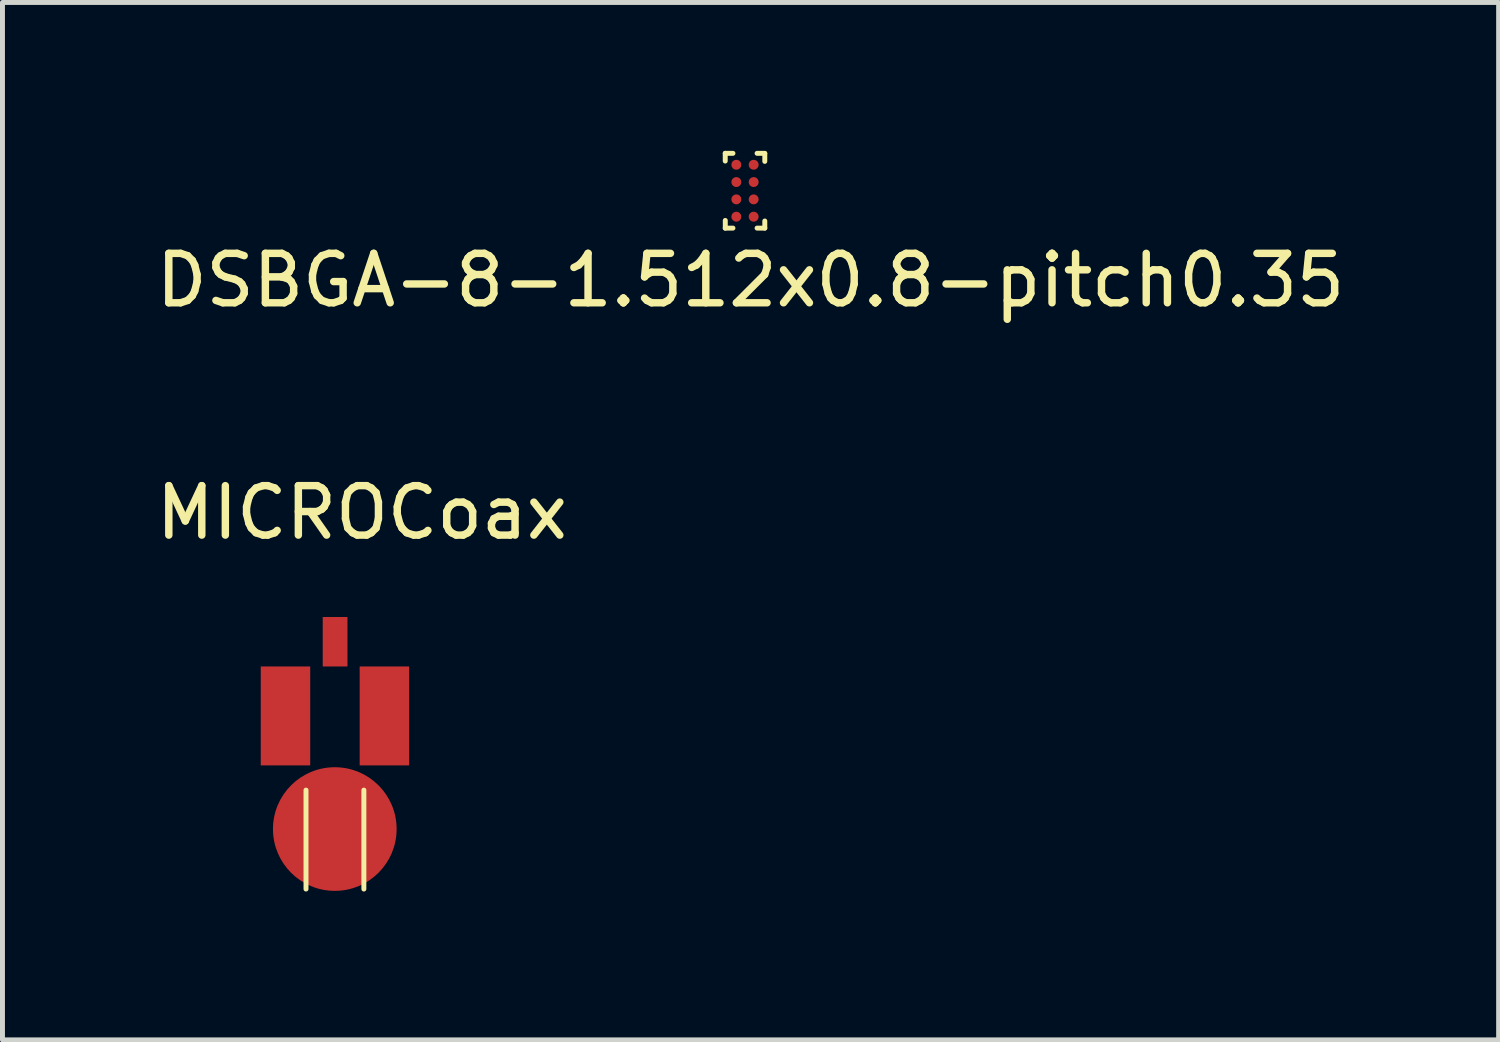
<source format=kicad_pcb>
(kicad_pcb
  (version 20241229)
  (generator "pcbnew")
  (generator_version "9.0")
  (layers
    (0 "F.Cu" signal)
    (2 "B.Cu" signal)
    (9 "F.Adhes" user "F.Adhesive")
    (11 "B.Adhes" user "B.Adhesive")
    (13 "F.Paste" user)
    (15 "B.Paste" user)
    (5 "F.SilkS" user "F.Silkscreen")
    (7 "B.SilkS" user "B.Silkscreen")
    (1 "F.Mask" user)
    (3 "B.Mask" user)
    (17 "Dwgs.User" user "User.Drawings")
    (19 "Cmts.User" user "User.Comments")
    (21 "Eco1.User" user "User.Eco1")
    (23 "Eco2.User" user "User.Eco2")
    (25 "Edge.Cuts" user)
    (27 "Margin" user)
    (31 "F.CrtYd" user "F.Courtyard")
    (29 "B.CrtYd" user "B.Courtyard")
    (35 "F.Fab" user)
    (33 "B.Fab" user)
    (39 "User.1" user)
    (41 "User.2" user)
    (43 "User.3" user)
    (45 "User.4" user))
  (footprint "DSBGA-8-1.512x0.8-pitch0.35"
    (layer "F.Cu")
    (at 12.013 0.806)
    (property "Reference" "DSBGA-8-1.512x0.8-pitch0.35" (at 0.112 1.811 0) (layer "F.SilkS") (effects (font (size 1 1) (thickness 0.15))))
    (attr through_hole)
    (fp_line (start -0.4 -0.756) (end -0.4 -0.6) (stroke (width 0.1) (type solid)) (layer "F.SilkS"))
    (fp_line (start -0.4 -0.756) (end -0.244 -0.756) (stroke (width 0.1) (type solid)) (layer "F.SilkS"))
    (fp_line (start -0.4 0.756) (end -0.244 0.756) (stroke (width 0.1) (type solid)) (layer "F.SilkS"))
    (fp_line (start -0.399 0.757) (end -0.399 0.601) (stroke (width 0.1) (type solid)) (layer "F.SilkS"))
    (fp_line (start 0.4 -0.756) (end 0.244 -0.756) (stroke (width 0.1) (type solid)) (layer "F.SilkS"))
    (fp_line (start 0.4 -0.749) (end 0.4 -0.593) (stroke (width 0.1) (type solid)) (layer "F.SilkS"))
    (fp_line (start 0.4 0.756) (end 0.244 0.756) (stroke (width 0.1) (type solid)) (layer "F.SilkS"))
    (fp_line (start 0.4 0.756) (end 0.4 0.612) (stroke (width 0.1) (type solid)) (layer "F.SilkS"))
    (pad "A1" smd circle (at -0.175 -0.525 90) (size 0.2 0.2) (layers "F.Cu" "F.Mask" "F.Paste"))
    (pad "A2" smd circle (at 0.175 -0.525 90) (size 0.2 0.2) (layers "F.Cu" "F.Mask" "F.Paste"))
    (pad "B1" smd circle (at -0.175 -0.175 90) (size 0.2 0.2) (layers "F.Cu" "F.Mask" "F.Paste"))
    (pad "B2" smd circle (at 0.175 -0.175 90) (size 0.2 0.2) (layers "F.Cu" "F.Mask" "F.Paste"))
    (pad "C1" smd circle (at -0.175 0.175 90) (size 0.2 0.2) (layers "F.Cu" "F.Mask" "F.Paste"))
    (pad "C2" smd circle (at 0.175 0.175 90) (size 0.2 0.2) (layers "F.Cu" "F.Mask" "F.Paste"))
    (pad "D1" smd circle (at -0.175 0.525 90) (size 0.2 0.2) (layers "F.Cu" "F.Mask" "F.Paste"))
    (pad "D2" smd circle (at 0.175 0.525 90) (size 0.2 0.2) (layers "F.Cu" "F.Mask" "F.Paste")))
  (footprint "MICROCoax"
    (layer "F.Cu")
    (at 3.722 9.925)
    (property "Reference" "MICROCoax" (at 0.546 -2.611 0) (layer "F.SilkS") (effects (font (size 1 1) (thickness 0.15))))
    (attr through_hole)
    (fp_line (start -0.585 3) (end -0.585 5) (stroke (width 0.1) (type solid)) (layer "F.SilkS"))
    (fp_line (start 0.585 3) (end 0.585 5) (stroke (width 0.1) (type solid)) (layer "F.SilkS"))
    (pad "1" smd rect (at -1 1.5) (size 1 2) (layers "F.Cu" "F.Mask" "F.Paste"))
    (pad "2" smd rect (at 0.003 0) (size 0.5 1) (layers "F.Cu" "F.Mask" "F.Paste"))
    (pad "3" smd rect (at 1 1.5) (size 1 2) (layers "F.Cu" "F.Mask" "F.Paste"))
    (pad "4" smd circle (at -0.003 3.787) (size 2.5 2.5) (layers "F.Cu" "F.Mask" "F.Paste")))
  (gr_rect
    (start -3 -3)
    (end 27.25 17.974)
    (stroke (width 0.1) (type default))
    (fill no)
    (layer "Edge.Cuts")))
</source>
